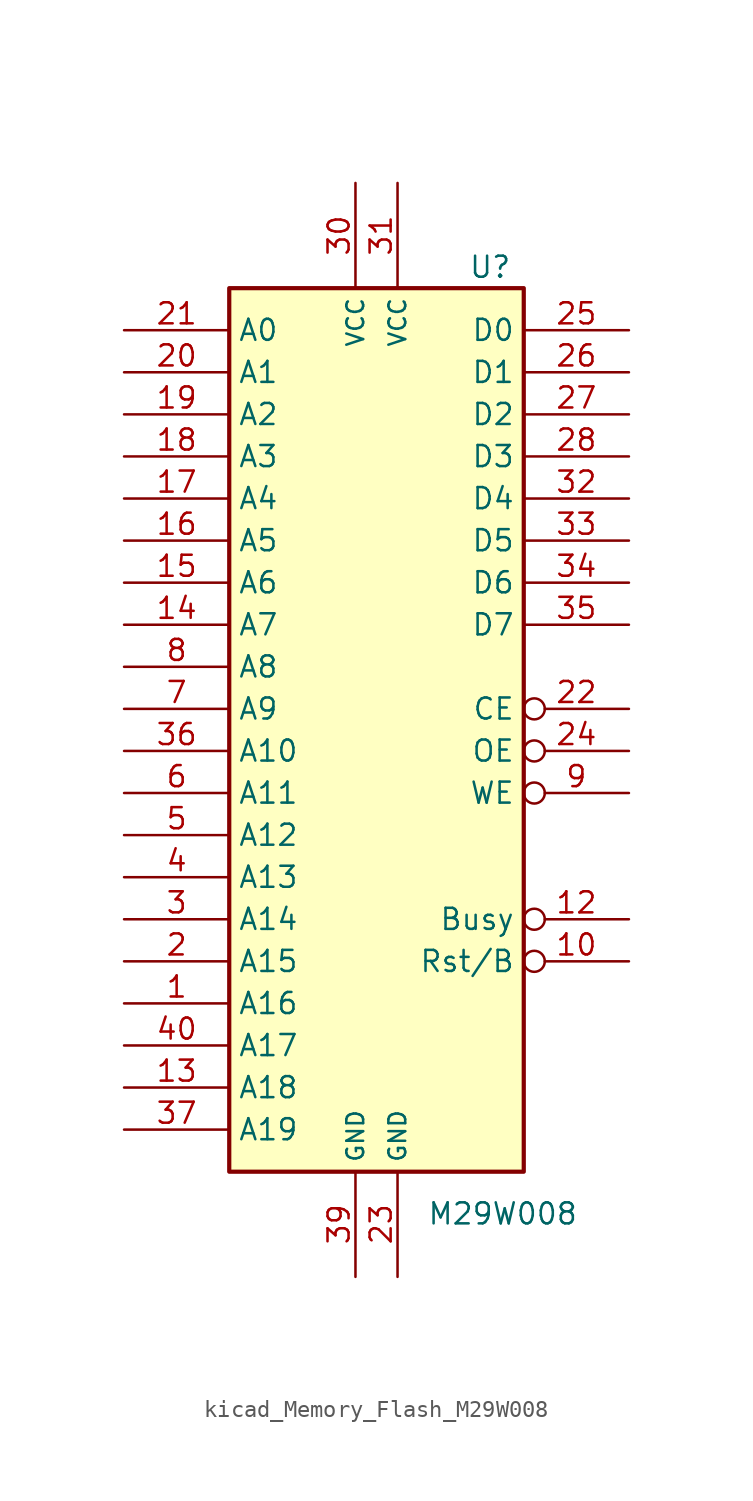
<source format=kicad_sym>
(kicad_symbol_lib
  (version 20220914)
  (generator kicad_symbol_editor)
  (symbol "kicad_Memory_Flash_M29W008"
    (property "Reference" "U"
      (at 6.858 27.94 0)
      (effects (font (size 1.27 1.27))))
    (property "Value" "M29W008"
      (at 7.62 -29.21 0)
      (effects (font (size 1.27 1.27))))
    (symbol "kicad_Memory_Flash_M29W008_0_1"
      (rectangle (start -8.89 26.67) (end 8.89 -26.67) (stroke (width 0.254) (type default)) (fill (type background))))
    (symbol "kicad_Memory_Flash_M29W008_1_1"
      (pin input line (at -15.24 -16.51 0) (length 6.35) (name "A16" (effects (font (size 1.27 1.27)))) (number "1" (effects (font (size 1.27 1.27)))))
      (pin input inverted (at 15.24 -13.97 180) (length 6.35) (name "Rst/B" (effects (font (size 1.27 1.27)))) (number "10" (effects (font (size 1.27 1.27)))))
      (pin output inverted (at 15.24 -11.43 180) (length 6.35) (name "Busy" (effects (font (size 1.27 1.27)))) (number "12" (effects (font (size 1.27 1.27)))))
      (pin input line (at -15.24 -21.59 0) (length 6.35) (name "A18" (effects (font (size 1.27 1.27)))) (number "13" (effects (font (size 1.27 1.27)))))
      (pin input line (at -15.24 6.35 0) (length 6.35) (name "A7" (effects (font (size 1.27 1.27)))) (number "14" (effects (font (size 1.27 1.27)))))
      (pin input line (at -15.24 8.89 0) (length 6.35) (name "A6" (effects (font (size 1.27 1.27)))) (number "15" (effects (font (size 1.27 1.27)))))
      (pin input line (at -15.24 11.43 0) (length 6.35) (name "A5" (effects (font (size 1.27 1.27)))) (number "16" (effects (font (size 1.27 1.27)))))
      (pin input line (at -15.24 13.97 0) (length 6.35) (name "A4" (effects (font (size 1.27 1.27)))) (number "17" (effects (font (size 1.27 1.27)))))
      (pin input line (at -15.24 16.51 0) (length 6.35) (name "A3" (effects (font (size 1.27 1.27)))) (number "18" (effects (font (size 1.27 1.27)))))
      (pin input line (at -15.24 19.05 0) (length 6.35) (name "A2" (effects (font (size 1.27 1.27)))) (number "19" (effects (font (size 1.27 1.27)))))
      (pin input line (at -15.24 -13.97 0) (length 6.35) (name "A15" (effects (font (size 1.27 1.27)))) (number "2" (effects (font (size 1.27 1.27)))))
      (pin input line (at -15.24 21.59 0) (length 6.35) (name "A1" (effects (font (size 1.27 1.27)))) (number "20" (effects (font (size 1.27 1.27)))))
      (pin input line (at -15.24 24.13 0) (length 6.35) (name "A0" (effects (font (size 1.27 1.27)))) (number "21" (effects (font (size 1.27 1.27)))))
      (pin input inverted (at 15.24 1.27 180) (length 6.35) (name "CE" (effects (font (size 1.27 1.27)))) (number "22" (effects (font (size 1.27 1.27)))))
      (pin power_in line (at 1.27 -33.02 90) (length 6.35) (name "GND" (effects (font (size 1.016 1.016)))) (number "23" (effects (font (size 1.27 1.27)))))
      (pin input inverted (at 15.24 -1.27 180) (length 6.35) (name "OE" (effects (font (size 1.27 1.27)))) (number "24" (effects (font (size 1.27 1.27)))))
      (pin tri_state line (at 15.24 24.13 180) (length 6.35) (name "D0" (effects (font (size 1.27 1.27)))) (number "25" (effects (font (size 1.27 1.27)))))
      (pin tri_state line (at 15.24 21.59 180) (length 6.35) (name "D1" (effects (font (size 1.27 1.27)))) (number "26" (effects (font (size 1.27 1.27)))))
      (pin tri_state line (at 15.24 19.05 180) (length 6.35) (name "D2" (effects (font (size 1.27 1.27)))) (number "27" (effects (font (size 1.27 1.27)))))
      (pin tri_state line (at 15.24 16.51 180) (length 6.35) (name "D3" (effects (font (size 1.27 1.27)))) (number "28" (effects (font (size 1.27 1.27)))))
      (pin input line (at -15.24 -11.43 0) (length 6.35) (name "A14" (effects (font (size 1.27 1.27)))) (number "3" (effects (font (size 1.27 1.27)))))
      (pin power_in line (at -1.27 33.02 270) (length 6.35) (name "VCC" (effects (font (size 1.016 1.016)))) (number "30" (effects (font (size 1.27 1.27)))))
      (pin power_in line (at 1.27 33.02 270) (length 6.35) (name "VCC" (effects (font (size 1.016 1.016)))) (number "31" (effects (font (size 1.27 1.27)))))
      (pin tri_state line (at 15.24 13.97 180) (length 6.35) (name "D4" (effects (font (size 1.27 1.27)))) (number "32" (effects (font (size 1.27 1.27)))))
      (pin tri_state line (at 15.24 11.43 180) (length 6.35) (name "D5" (effects (font (size 1.27 1.27)))) (number "33" (effects (font (size 1.27 1.27)))))
      (pin tri_state line (at 15.24 8.89 180) (length 6.35) (name "D6" (effects (font (size 1.27 1.27)))) (number "34" (effects (font (size 1.27 1.27)))))
      (pin tri_state line (at 15.24 6.35 180) (length 6.35) (name "D7" (effects (font (size 1.27 1.27)))) (number "35" (effects (font (size 1.27 1.27)))))
      (pin input line (at -15.24 -1.27 0) (length 6.35) (name "A10" (effects (font (size 1.27 1.27)))) (number "36" (effects (font (size 1.27 1.27)))))
      (pin input line (at -15.24 -24.13 0) (length 6.35) (name "A19" (effects (font (size 1.27 1.27)))) (number "37" (effects (font (size 1.27 1.27)))))
      (pin power_in line (at -1.27 -33.02 90) (length 6.35) (name "GND" (effects (font (size 1.016 1.016)))) (number "39" (effects (font (size 1.27 1.27)))))
      (pin input line (at -15.24 -8.89 0) (length 6.35) (name "A13" (effects (font (size 1.27 1.27)))) (number "4" (effects (font (size 1.27 1.27)))))
      (pin input line (at -15.24 -19.05 0) (length 6.35) (name "A17" (effects (font (size 1.27 1.27)))) (number "40" (effects (font (size 1.27 1.27)))))
      (pin input line (at -15.24 -6.35 0) (length 6.35) (name "A12" (effects (font (size 1.27 1.27)))) (number "5" (effects (font (size 1.27 1.27)))))
      (pin input line (at -15.24 -3.81 0) (length 6.35) (name "A11" (effects (font (size 1.27 1.27)))) (number "6" (effects (font (size 1.27 1.27)))))
      (pin input line (at -15.24 1.27 0) (length 6.35) (name "A9" (effects (font (size 1.27 1.27)))) (number "7" (effects (font (size 1.27 1.27)))))
      (pin input line (at -15.24 3.81 0) (length 6.35) (name "A8" (effects (font (size 1.27 1.27)))) (number "8" (effects (font (size 1.27 1.27)))))
      (pin input inverted (at 15.24 -3.81 180) (length 6.35) (name "WE" (effects (font (size 1.27 1.27)))) (number "9" (effects (font (size 1.27 1.27))))))))
</source>
